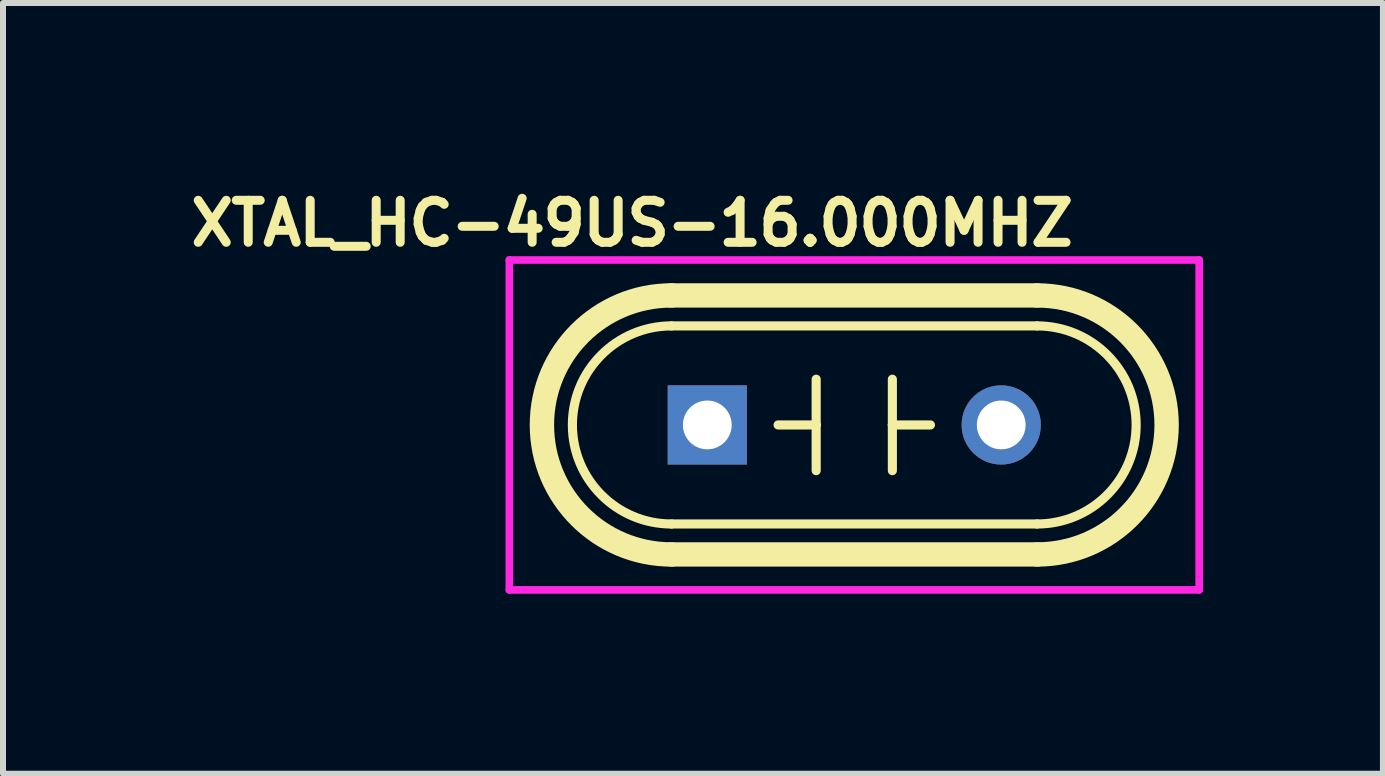
<source format=kicad_pcb>
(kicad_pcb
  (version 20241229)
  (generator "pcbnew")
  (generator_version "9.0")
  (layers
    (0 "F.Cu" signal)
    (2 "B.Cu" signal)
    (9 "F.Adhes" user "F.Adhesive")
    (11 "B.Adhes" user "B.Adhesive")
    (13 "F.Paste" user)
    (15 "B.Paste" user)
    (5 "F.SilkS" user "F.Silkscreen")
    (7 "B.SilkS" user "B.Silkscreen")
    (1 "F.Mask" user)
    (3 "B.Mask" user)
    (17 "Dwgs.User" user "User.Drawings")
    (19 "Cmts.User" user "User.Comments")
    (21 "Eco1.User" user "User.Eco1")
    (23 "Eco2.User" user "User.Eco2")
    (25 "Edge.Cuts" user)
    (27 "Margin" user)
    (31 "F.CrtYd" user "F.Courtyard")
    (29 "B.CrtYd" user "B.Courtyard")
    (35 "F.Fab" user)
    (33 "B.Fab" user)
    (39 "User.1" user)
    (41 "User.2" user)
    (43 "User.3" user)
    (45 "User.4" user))
  (footprint "XTAL_HC-49US-16.000MHZ"
    (layer "F.Cu")
    (at 11.191 4.034)
    (property "Reference" "XTAL_HC-49US-16.000MHZ" (at -3.703 -3.361 0) (layer "F.SilkS") (effects (font (size 0.7 0.7) (thickness 0.15))))
    (attr through_hole)
    (fp_line (start -3.048 -2.159) (end 3.048 -2.159) (stroke (width 0.406) (type solid)) (layer "F.SilkS"))
    (fp_line (start -3.048 1.651) (end 3.048 1.651) (stroke (width 0.152) (type solid)) (layer "F.SilkS"))
    (fp_line (start -3.048 2.159) (end 3.048 2.159) (stroke (width 0.406) (type solid)) (layer "F.SilkS"))
    (fp_line (start -0.635 -0.762) (end -0.635 0) (stroke (width 0.152) (type solid)) (layer "F.SilkS"))
    (fp_line (start -0.635 0) (end -1.27 0) (stroke (width 0.152) (type solid)) (layer "F.SilkS"))
    (fp_line (start -0.635 0) (end -0.635 0.762) (stroke (width 0.152) (type solid)) (layer "F.SilkS"))
    (fp_line (start 0.635 -0.762) (end 0.635 0) (stroke (width 0.152) (type solid)) (layer "F.SilkS"))
    (fp_line (start 0.635 0) (end 0.635 0.762) (stroke (width 0.152) (type solid)) (layer "F.SilkS"))
    (fp_line (start 0.635 0) (end 1.27 0) (stroke (width 0.152) (type solid)) (layer "F.SilkS"))
    (fp_line (start 3.048 -1.651) (end -3.048 -1.651) (stroke (width 0.152) (type solid)) (layer "F.SilkS"))
    (fp_arc (start -3.048 1.651) (mid -4.699 0) (end -3.048 -1.651) (stroke (width 0.1524) (type solid)) (layer "F.SilkS"))
    (fp_arc (start -3.048 2.159) (mid -5.207 0) (end -3.048 -2.159) (stroke (width 0.4064) (type solid)) (layer "F.SilkS"))
    (fp_arc (start 3.048 -2.159) (mid 5.207 0) (end 3.048 2.159) (stroke (width 0.4064) (type solid)) (layer "F.SilkS"))
    (fp_arc (start 3.048 -1.651) (mid 4.699 0) (end 3.048 1.651) (stroke (width 0.1524) (type solid)) (layer "F.SilkS"))
    (fp_line (start -5.75 -2.75) (end 5.75 -2.75) (stroke (width 0.127) (type solid)) (layer "F.CrtYd"))
    (fp_line (start -5.75 2.75) (end -5.75 -2.75) (stroke (width 0.127) (type solid)) (layer "F.CrtYd"))
    (fp_line (start 5.75 -2.75) (end 5.75 2.75) (stroke (width 0.127) (type solid)) (layer "F.CrtYd"))
    (fp_line (start 5.75 2.75) (end -5.75 2.75) (stroke (width 0.127) (type solid)) (layer "F.CrtYd"))
    (pad "1" thru_hole rect (at -2.45 0) (size 1.321 1.321) (drill 0.813) (layers "*.Cu" "*.Mask"))
    (pad "2" thru_hole circle (at 2.45 0) (size 1.321 1.321) (drill 0.813) (layers "*.Cu" "*.Mask")))
  (gr_rect
    (start -3 -3)
    (end 20.004 9.848)
    (stroke (width 0.1) (type default))
    (fill no)
    (layer "Edge.Cuts")))
</source>
